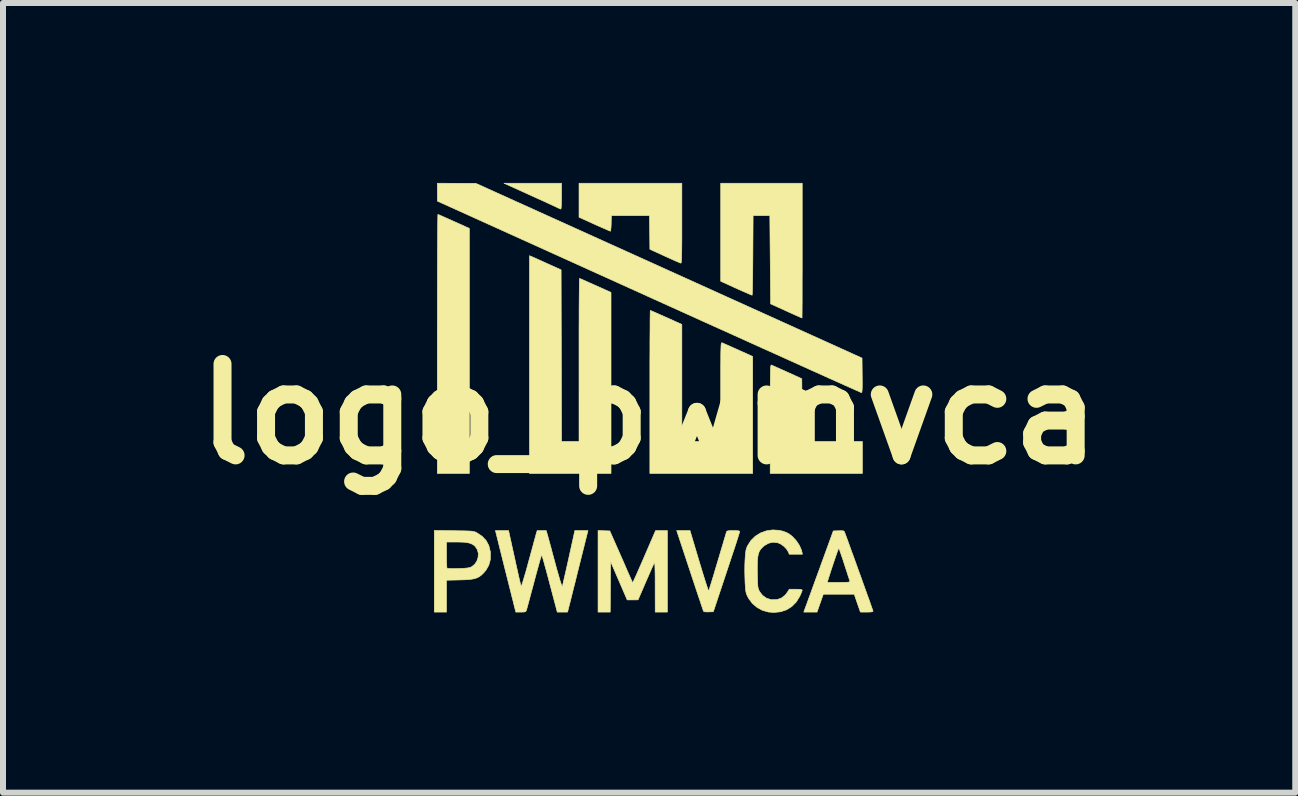
<source format=kicad_pcb>
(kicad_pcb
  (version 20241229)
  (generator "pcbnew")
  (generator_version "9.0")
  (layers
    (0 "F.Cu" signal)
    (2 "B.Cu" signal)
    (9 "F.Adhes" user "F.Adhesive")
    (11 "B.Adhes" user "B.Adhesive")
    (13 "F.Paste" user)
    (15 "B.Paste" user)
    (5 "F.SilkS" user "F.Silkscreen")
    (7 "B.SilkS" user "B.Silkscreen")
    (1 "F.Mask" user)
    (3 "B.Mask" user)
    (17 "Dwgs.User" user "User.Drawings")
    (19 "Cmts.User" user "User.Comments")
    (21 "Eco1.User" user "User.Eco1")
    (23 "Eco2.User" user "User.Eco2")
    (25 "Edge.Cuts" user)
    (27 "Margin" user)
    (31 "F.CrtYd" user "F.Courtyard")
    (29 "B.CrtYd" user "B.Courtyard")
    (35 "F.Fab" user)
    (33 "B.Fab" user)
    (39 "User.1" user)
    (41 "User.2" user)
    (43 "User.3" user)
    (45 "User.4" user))
  (footprint "logo_pwmvca"
    (layer "F.Cu")
    (at 7.772 3.853)
    (property "Reference" "logo_pwmvca" (at 0 0 0) (layer "F.SilkS") (effects (font (size 1.524 1.524) (thickness 0.3))))
    (attr through_hole)
    (fp_poly (pts (xy -1.46 -3.632) (xy -1.461 -3.561) (xy -1.462 -3.5) (xy -1.465 -3.453) (xy -1.468 -3.425) (xy -1.47 -3.417) (xy -1.486 -3.423) (xy -1.517 -3.436) (xy -1.543 -3.449) (xy -1.57 -3.462) (xy -1.616 -3.483) (xy -1.679 -3.512) (xy -1.756 -3.548) (xy -1.844 -3.587) (xy -1.938 -3.63) (xy -2.013 -3.664) (xy -2.419 -3.848) (xy -1.94 -3.848) (xy -1.46 -3.848) (xy -1.46 -3.632)) (stroke (width 0.01) (type solid)) (fill yes) (layer "F.SilkS"))
    (fp_poly (pts (xy -3.507 -3.323) (xy -3.474 -3.309) (xy -3.424 -3.287) (xy -3.361 -3.259) (xy -3.29 -3.227) (xy -3.254 -3.211) (xy -2.997 -3.095) (xy -2.997 0.991) (xy -3.531 0.991) (xy -3.531 -1.168) (xy -3.531 -1.401) (xy -3.53 -1.626) (xy -3.53 -1.843) (xy -3.53 -2.05) (xy -3.529 -2.246) (xy -3.529 -2.431) (xy -3.528 -2.602) (xy -3.528 -2.758) (xy -3.527 -2.898) (xy -3.526 -3.02) (xy -3.525 -3.124) (xy -3.524 -3.208) (xy -3.523 -3.271) (xy -3.522 -3.311) (xy -3.521 -3.327) (xy -3.521 -3.328) (xy -3.507 -3.323)) (stroke (width 0.01) (type solid)) (fill yes) (layer "F.SilkS"))
    (fp_poly (pts (xy 2.041 -0.816) (xy 2.059 -0.809) (xy 2.096 -0.792) (xy 2.148 -0.769) (xy 2.212 -0.74) (xy 2.285 -0.707) (xy 2.304 -0.699) (xy 2.546 -0.589) (xy 2.55 -0.066) (xy 2.553 0.457) (xy 3.556 0.457) (xy 3.556 0.991) (xy 2.019 0.991) (xy 2.019 0.083) (xy 2.019 -0.091) (xy 2.019 -0.241) (xy 2.02 -0.369) (xy 2.02 -0.477) (xy 2.021 -0.567) (xy 2.022 -0.639) (xy 2.023 -0.697) (xy 2.024 -0.74) (xy 2.026 -0.772) (xy 2.028 -0.794) (xy 2.031 -0.808) (xy 2.034 -0.815) (xy 2.038 -0.817) (xy 2.041 -0.816)) (stroke (width 0.01) (type solid)) (fill yes) (layer "F.SilkS"))
    (fp_poly (pts (xy -1.953 -2.623) (xy -1.928 -2.612) (xy -1.885 -2.593) (xy -1.828 -2.567) (xy -1.761 -2.537) (xy -1.689 -2.504) (xy -1.467 -2.404) (xy -1.46 0.457) (xy -1.168 0.457) (xy -1.168 -0.902) (xy -1.168 -1.085) (xy -1.168 -1.261) (xy -1.168 -1.429) (xy -1.167 -1.585) (xy -1.167 -1.73) (xy -1.166 -1.86) (xy -1.165 -1.975) (xy -1.164 -2.073) (xy -1.163 -2.152) (xy -1.162 -2.211) (xy -1.161 -2.248) (xy -1.16 -2.261) (xy -1.16 -2.261) (xy -1.146 -2.256) (xy -1.113 -2.242) (xy -1.064 -2.22) (xy -1.001 -2.192) (xy -0.929 -2.16) (xy -0.893 -2.144) (xy -0.635 -2.028) (xy -0.635 0.991) (xy -1.994 0.991) (xy -1.994 -2.64) (xy -1.953 -2.623)) (stroke (width 0.01) (type solid)) (fill yes) (layer "F.SilkS"))
    (fp_poly (pts (xy -2.889 -3.846) (xy 0.33 -2.39) (xy 3.55 -0.933) (xy 3.553 -0.644) (xy 3.554 -0.548) (xy 3.554 -0.474) (xy 3.553 -0.421) (xy 3.55 -0.385) (xy 3.547 -0.365) (xy 3.542 -0.357) (xy 3.54 -0.357) (xy 3.528 -0.362) (xy 3.493 -0.378) (xy 3.436 -0.403) (xy 3.36 -0.437) (xy 3.263 -0.48) (xy 3.148 -0.532) (xy 3.015 -0.591) (xy 2.866 -0.659) (xy 2.7 -0.733) (xy 2.519 -0.815) (xy 2.324 -0.903) (xy 2.116 -0.997) (xy 1.895 -1.096) (xy 1.663 -1.201) (xy 1.42 -1.311) (xy 1.167 -1.425) (xy 0.905 -1.543) (xy 0.636 -1.665) (xy 0.359 -1.79) (xy 0.076 -1.918) (xy -0.003 -1.954) (xy -3.53 -3.55) (xy -3.53 -3.699) (xy -3.531 -3.848) (xy -2.889 -3.846)) (stroke (width 0.01) (type solid)) (fill yes) (layer "F.SilkS"))
    (fp_poly (pts (xy 0.546 -3.181) (xy 0.546 -3.028) (xy 0.546 -2.899) (xy 0.545 -2.792) (xy 0.544 -2.705) (xy 0.542 -2.637) (xy 0.541 -2.586) (xy 0.538 -2.55) (xy 0.536 -2.527) (xy 0.532 -2.517) (xy 0.53 -2.516) (xy 0.514 -2.521) (xy 0.479 -2.536) (xy 0.428 -2.558) (xy 0.365 -2.586) (xy 0.293 -2.619) (xy 0.264 -2.632) (xy 0.013 -2.747) (xy 0.01 -3.028) (xy 0.006 -3.308) (xy -0.629 -3.308) (xy -0.632 -3.178) (xy -0.634 -3.124) (xy -0.638 -3.081) (xy -0.641 -3.054) (xy -0.644 -3.048) (xy -0.657 -3.053) (xy -0.69 -3.067) (xy -0.74 -3.089) (xy -0.802 -3.116) (xy -0.874 -3.148) (xy -0.91 -3.164) (xy -1.168 -3.281) (xy -1.168 -3.848) (xy 0.546 -3.848) (xy 0.546 -3.181)) (stroke (width 0.01) (type solid)) (fill yes) (layer "F.SilkS"))
    (fp_poly (pts (xy 2.553 -2.724) (xy 2.553 -2.558) (xy 2.553 -2.399) (xy 2.552 -2.249) (xy 2.552 -2.11) (xy 2.552 -1.984) (xy 2.552 -1.873) (xy 2.551 -1.778) (xy 2.551 -1.702) (xy 2.55 -1.646) (xy 2.55 -1.611) (xy 2.55 -1.601) (xy 2.538 -1.606) (xy 2.506 -1.62) (xy 2.458 -1.641) (xy 2.396 -1.669) (xy 2.325 -1.701) (xy 2.286 -1.719) (xy 2.026 -1.837) (xy 2.013 -3.308) (xy 1.734 -3.308) (xy 1.73 -2.645) (xy 1.729 -2.518) (xy 1.728 -2.398) (xy 1.727 -2.29) (xy 1.725 -2.193) (xy 1.724 -2.112) (xy 1.722 -2.049) (xy 1.72 -2.005) (xy 1.718 -1.983) (xy 1.718 -1.981) (xy 1.704 -1.986) (xy 1.67 -2) (xy 1.621 -2.022) (xy 1.558 -2.049) (xy 1.486 -2.081) (xy 1.451 -2.097) (xy 1.194 -2.214) (xy 1.194 -3.848) (xy 2.553 -3.848) (xy 2.553 -2.724)) (stroke (width 0.01) (type solid)) (fill yes) (layer "F.SilkS"))
    (fp_poly (pts (xy -0.753 1.946) (xy -0.655 1.949) (xy -0.467 2.375) (xy -0.424 2.472) (xy -0.385 2.563) (xy -0.35 2.643) (xy -0.32 2.711) (xy -0.297 2.763) (xy -0.282 2.798) (xy -0.276 2.812) (xy -0.276 2.812) (xy -0.27 2.803) (xy -0.255 2.774) (xy -0.233 2.726) (xy -0.204 2.662) (xy -0.17 2.584) (xy -0.131 2.496) (xy -0.089 2.399) (xy -0.082 2.383) (xy 0.108 1.943) (xy 0.305 1.943) (xy 0.305 3.302) (xy 0.102 3.302) (xy 0.101 2.88) (xy 0.101 2.756) (xy 0.1 2.654) (xy 0.098 2.574) (xy 0.096 2.518) (xy 0.093 2.485) (xy 0.089 2.476) (xy 0.089 2.477) (xy 0.081 2.493) (xy 0.064 2.529) (xy 0.04 2.583) (xy 0.011 2.649) (xy -0.022 2.725) (xy -0.054 2.797) (xy -0.184 3.098) (xy -0.274 3.099) (xy -0.365 3.099) (xy -0.503 2.78) (xy -0.641 2.462) (xy -0.645 2.882) (xy -0.648 3.302) (xy -0.851 3.302) (xy -0.851 1.942) (xy -0.753 1.946)) (stroke (width 0.01) (type solid)) (fill yes) (layer "F.SilkS"))
    (fp_poly (pts (xy 0.034 -1.722) (xy 0.067 -1.708) (xy 0.116 -1.687) (xy 0.178 -1.659) (xy 0.25 -1.627) (xy 0.287 -1.611) (xy 0.546 -1.494) (xy 0.546 0.457) (xy 1.194 0.457) (xy 1.194 -0.37) (xy 1.194 -0.535) (xy 1.194 -0.677) (xy 1.194 -0.797) (xy 1.195 -0.896) (xy 1.195 -0.978) (xy 1.196 -1.043) (xy 1.198 -1.094) (xy 1.199 -1.131) (xy 1.201 -1.158) (xy 1.204 -1.175) (xy 1.207 -1.185) (xy 1.211 -1.188) (xy 1.215 -1.188) (xy 1.216 -1.188) (xy 1.234 -1.181) (xy 1.271 -1.164) (xy 1.324 -1.141) (xy 1.389 -1.112) (xy 1.461 -1.08) (xy 1.483 -1.07) (xy 1.727 -0.96) (xy 1.727 0.991) (xy 0.013 0.991) (xy 0.013 -0.368) (xy 0.013 -0.552) (xy 0.013 -0.728) (xy 0.013 -0.895) (xy 0.014 -1.052) (xy 0.014 -1.196) (xy 0.015 -1.327) (xy 0.016 -1.442) (xy 0.016 -1.54) (xy 0.017 -1.619) (xy 0.018 -1.678) (xy 0.019 -1.714) (xy 0.02 -1.727) (xy 0.02 -1.727) (xy 0.034 -1.722)) (stroke (width 0.01) (type solid)) (fill yes) (layer "F.SilkS"))
    (fp_poly (pts (xy 0.833 2.45) (xy 0.866 2.558) (xy 0.896 2.658) (xy 0.924 2.747) (xy 0.948 2.823) (xy 0.968 2.883) (xy 0.982 2.925) (xy 0.991 2.947) (xy 0.993 2.949) (xy 0.998 2.935) (xy 1.01 2.9) (xy 1.027 2.845) (xy 1.049 2.774) (xy 1.075 2.69) (xy 1.103 2.594) (xy 1.134 2.491) (xy 1.142 2.464) (xy 1.174 2.358) (xy 1.203 2.259) (xy 1.23 2.17) (xy 1.252 2.093) (xy 1.271 2.032) (xy 1.283 1.989) (xy 1.29 1.967) (xy 1.29 1.965) (xy 1.297 1.954) (xy 1.313 1.948) (xy 1.343 1.944) (xy 1.393 1.943) (xy 1.404 1.943) (xy 1.461 1.944) (xy 1.495 1.948) (xy 1.51 1.955) (xy 1.511 1.959) (xy 1.507 1.974) (xy 1.496 2.01) (xy 1.478 2.067) (xy 1.455 2.14) (xy 1.426 2.229) (xy 1.392 2.33) (xy 1.355 2.442) (xy 1.315 2.562) (xy 1.291 2.635) (xy 1.071 3.296) (xy 0.994 3.299) (xy 0.952 3.299) (xy 0.921 3.296) (xy 0.909 3.291) (xy 0.904 3.277) (xy 0.891 3.241) (xy 0.872 3.185) (xy 0.848 3.112) (xy 0.818 3.024) (xy 0.784 2.922) (xy 0.747 2.81) (xy 0.707 2.69) (xy 0.681 2.611) (xy 0.46 1.943) (xy 0.682 1.943) (xy 0.833 2.45)) (stroke (width 0.01) (type solid)) (fill yes) (layer "F.SilkS"))
    (fp_poly (pts (xy -3.254 1.945) (xy -3.154 1.947) (xy -3.076 1.948) (xy -3.017 1.95) (xy -2.972 1.952) (xy -2.94 1.956) (xy -2.916 1.961) (xy -2.897 1.967) (xy -2.879 1.975) (xy -2.873 1.979) (xy -2.784 2.038) (xy -2.717 2.109) (xy -2.672 2.193) (xy -2.648 2.291) (xy -2.645 2.33) (xy -2.648 2.431) (xy -2.672 2.519) (xy -2.717 2.599) (xy -2.75 2.639) (xy -2.789 2.679) (xy -2.827 2.709) (xy -2.869 2.731) (xy -2.92 2.747) (xy -2.983 2.757) (xy -3.063 2.763) (xy -3.159 2.766) (xy -3.378 2.771) (xy -3.378 3.302) (xy -3.581 3.302) (xy -3.581 2.134) (xy -3.378 2.134) (xy -3.378 2.347) (xy -3.378 2.419) (xy -3.376 2.481) (xy -3.374 2.53) (xy -3.371 2.562) (xy -3.369 2.571) (xy -3.353 2.574) (xy -3.317 2.576) (xy -3.265 2.577) (xy -3.203 2.576) (xy -3.181 2.576) (xy -3.102 2.573) (xy -3.043 2.568) (xy -3.001 2.562) (xy -2.973 2.554) (xy -2.963 2.549) (xy -2.91 2.508) (xy -2.872 2.453) (xy -2.851 2.39) (xy -2.847 2.324) (xy -2.863 2.262) (xy -2.898 2.208) (xy -2.901 2.205) (xy -2.934 2.178) (xy -2.973 2.159) (xy -3.022 2.145) (xy -3.087 2.137) (xy -3.17 2.134) (xy -3.219 2.134) (xy -3.378 2.134) (xy -3.581 2.134) (xy -3.581 1.941) (xy -3.254 1.945)) (stroke (width 0.01) (type solid)) (fill yes) (layer "F.SilkS"))
    (fp_poly (pts (xy 3.236 1.947) (xy 3.251 1.955) (xy 3.257 1.965) (xy 3.269 1.996) (xy 3.288 2.047) (xy 3.313 2.114) (xy 3.342 2.195) (xy 3.375 2.287) (xy 3.412 2.387) (xy 3.45 2.493) (xy 3.489 2.602) (xy 3.529 2.711) (xy 3.567 2.818) (xy 3.604 2.921) (xy 3.638 3.016) (xy 3.669 3.101) (xy 3.694 3.173) (xy 3.714 3.23) (xy 3.728 3.269) (xy 3.734 3.287) (xy 3.734 3.288) (xy 3.721 3.296) (xy 3.684 3.301) (xy 3.628 3.302) (xy 3.523 3.302) (xy 3.471 3.153) (xy 3.42 3.004) (xy 2.904 3.004) (xy 2.852 3.153) (xy 2.8 3.302) (xy 2.579 3.302) (xy 2.61 3.216) (xy 2.621 3.187) (xy 2.639 3.137) (xy 2.664 3.068) (xy 2.695 2.984) (xy 2.73 2.887) (xy 2.759 2.807) (xy 2.97 2.807) (xy 3.163 2.807) (xy 3.239 2.806) (xy 3.294 2.805) (xy 3.328 2.802) (xy 3.346 2.797) (xy 3.349 2.791) (xy 3.349 2.791) (xy 3.344 2.775) (xy 3.332 2.738) (xy 3.314 2.684) (xy 3.293 2.618) (xy 3.268 2.542) (xy 3.256 2.505) (xy 3.231 2.427) (xy 3.207 2.358) (xy 3.188 2.301) (xy 3.173 2.26) (xy 3.164 2.238) (xy 3.162 2.235) (xy 3.157 2.247) (xy 3.145 2.278) (xy 3.128 2.326) (xy 3.107 2.386) (xy 3.084 2.454) (xy 3.06 2.526) (xy 3.036 2.598) (xy 3.014 2.666) (xy 2.995 2.726) (xy 2.98 2.774) (xy 2.979 2.778) (xy 2.97 2.807) (xy 2.759 2.807) (xy 2.769 2.779) (xy 2.811 2.664) (xy 2.855 2.545) (xy 2.856 2.54) (xy 3.071 1.949) (xy 3.16 1.946) (xy 3.207 1.945) (xy 3.236 1.947)) (stroke (width 0.01) (type solid)) (fill yes) (layer "F.SilkS"))
    (fp_poly (pts (xy 2.168 1.939) (xy 2.233 1.954) (xy 2.29 1.975) (xy 2.336 2) (xy 2.383 2.037) (xy 2.397 2.05) (xy 2.457 2.116) (xy 2.506 2.19) (xy 2.539 2.265) (xy 2.548 2.298) (xy 2.556 2.337) (xy 2.337 2.337) (xy 2.32 2.296) (xy 2.29 2.249) (xy 2.245 2.203) (xy 2.192 2.166) (xy 2.144 2.146) (xy 2.067 2.137) (xy 1.992 2.154) (xy 1.921 2.194) (xy 1.891 2.221) (xy 1.863 2.251) (xy 1.841 2.283) (xy 1.826 2.32) (xy 1.815 2.365) (xy 1.808 2.423) (xy 1.805 2.496) (xy 1.804 2.588) (xy 1.805 2.665) (xy 1.807 2.749) (xy 1.809 2.812) (xy 1.812 2.857) (xy 1.816 2.891) (xy 1.822 2.915) (xy 1.83 2.936) (xy 1.841 2.957) (xy 1.841 2.959) (xy 1.891 3.023) (xy 1.955 3.069) (xy 2.03 3.094) (xy 2.049 3.096) (xy 2.134 3.093) (xy 2.206 3.068) (xy 2.267 3.021) (xy 2.306 2.97) (xy 2.337 2.921) (xy 2.445 2.921) (xy 2.501 2.922) (xy 2.536 2.926) (xy 2.551 2.933) (xy 2.553 2.937) (xy 2.547 2.956) (xy 2.534 2.99) (xy 2.514 3.034) (xy 2.51 3.042) (xy 2.453 3.135) (xy 2.379 3.209) (xy 2.291 3.264) (xy 2.192 3.297) (xy 2.082 3.308) (xy 1.99 3.301) (xy 1.892 3.274) (xy 1.801 3.225) (xy 1.722 3.158) (xy 1.66 3.075) (xy 1.652 3.06) (xy 1.635 3.027) (xy 1.623 2.999) (xy 1.615 2.968) (xy 1.609 2.93) (xy 1.605 2.879) (xy 1.6 2.809) (xy 1.6 2.8) (xy 1.597 2.713) (xy 1.595 2.614) (xy 1.596 2.516) (xy 1.599 2.44) (xy 1.604 2.366) (xy 1.609 2.312) (xy 1.615 2.271) (xy 1.624 2.238) (xy 1.636 2.207) (xy 1.643 2.194) (xy 1.699 2.107) (xy 1.772 2.036) (xy 1.859 1.982) (xy 1.957 1.947) (xy 2.061 1.932) (xy 2.168 1.939)) (stroke (width 0.01) (type solid)) (fill yes) (layer "F.SilkS"))
    (fp_poly (pts (xy -1.698 2.003) (xy -1.69 2.03) (xy -1.677 2.078) (xy -1.659 2.143) (xy -1.637 2.223) (xy -1.613 2.314) (xy -1.586 2.413) (xy -1.568 2.481) (xy -1.537 2.595) (xy -1.509 2.691) (xy -1.487 2.769) (xy -1.468 2.826) (xy -1.455 2.862) (xy -1.448 2.875) (xy -1.447 2.874) (xy -1.442 2.857) (xy -1.433 2.818) (xy -1.42 2.759) (xy -1.403 2.685) (xy -1.383 2.598) (xy -1.361 2.501) (xy -1.338 2.397) (xy -1.238 1.943) (xy -1.129 1.943) (xy -1.019 1.943) (xy -1.177 2.575) (xy -1.208 2.699) (xy -1.237 2.817) (xy -1.265 2.926) (xy -1.289 3.024) (xy -1.31 3.108) (xy -1.327 3.175) (xy -1.34 3.224) (xy -1.346 3.251) (xy -1.347 3.254) (xy -1.36 3.302) (xy -1.531 3.302) (xy -1.657 2.826) (xy -1.685 2.72) (xy -1.711 2.623) (xy -1.735 2.536) (xy -1.755 2.463) (xy -1.772 2.406) (xy -1.784 2.367) (xy -1.79 2.35) (xy -1.791 2.349) (xy -1.796 2.361) (xy -1.806 2.395) (xy -1.822 2.448) (xy -1.841 2.517) (xy -1.864 2.6) (xy -1.89 2.694) (xy -1.917 2.796) (xy -1.917 2.797) (xy -1.945 2.901) (xy -1.971 2.997) (xy -1.994 3.084) (xy -2.014 3.158) (xy -2.03 3.216) (xy -2.041 3.256) (xy -2.046 3.273) (xy -2.055 3.289) (xy -2.07 3.298) (xy -2.098 3.301) (xy -2.139 3.302) (xy -2.222 3.302) (xy -2.234 3.254) (xy -2.24 3.233) (xy -2.251 3.189) (xy -2.266 3.126) (xy -2.287 3.046) (xy -2.31 2.952) (xy -2.337 2.845) (xy -2.366 2.729) (xy -2.397 2.606) (xy -2.405 2.575) (xy -2.562 1.943) (xy -2.453 1.943) (xy -2.343 1.943) (xy -2.243 2.397) (xy -2.22 2.502) (xy -2.198 2.599) (xy -2.179 2.686) (xy -2.162 2.76) (xy -2.148 2.817) (xy -2.139 2.856) (xy -2.135 2.873) (xy -2.13 2.867) (xy -2.119 2.838) (xy -2.103 2.79) (xy -2.083 2.723) (xy -2.058 2.64) (xy -2.031 2.543) (xy -2.014 2.479) (xy -1.986 2.378) (xy -1.96 2.282) (xy -1.936 2.194) (xy -1.916 2.119) (xy -1.899 2.059) (xy -1.888 2.018) (xy -1.884 2.003) (xy -1.866 1.943) (xy -1.715 1.943) (xy -1.698 2.003)) (stroke (width 0.01) (type solid)) (fill yes) (layer "F.SilkS")))
  (gr_rect
    (start -3 -3)
    (end 18.545 10.166)
    (stroke (width 0.1) (type default))
    (fill no)
    (layer "Edge.Cuts")))
</source>
